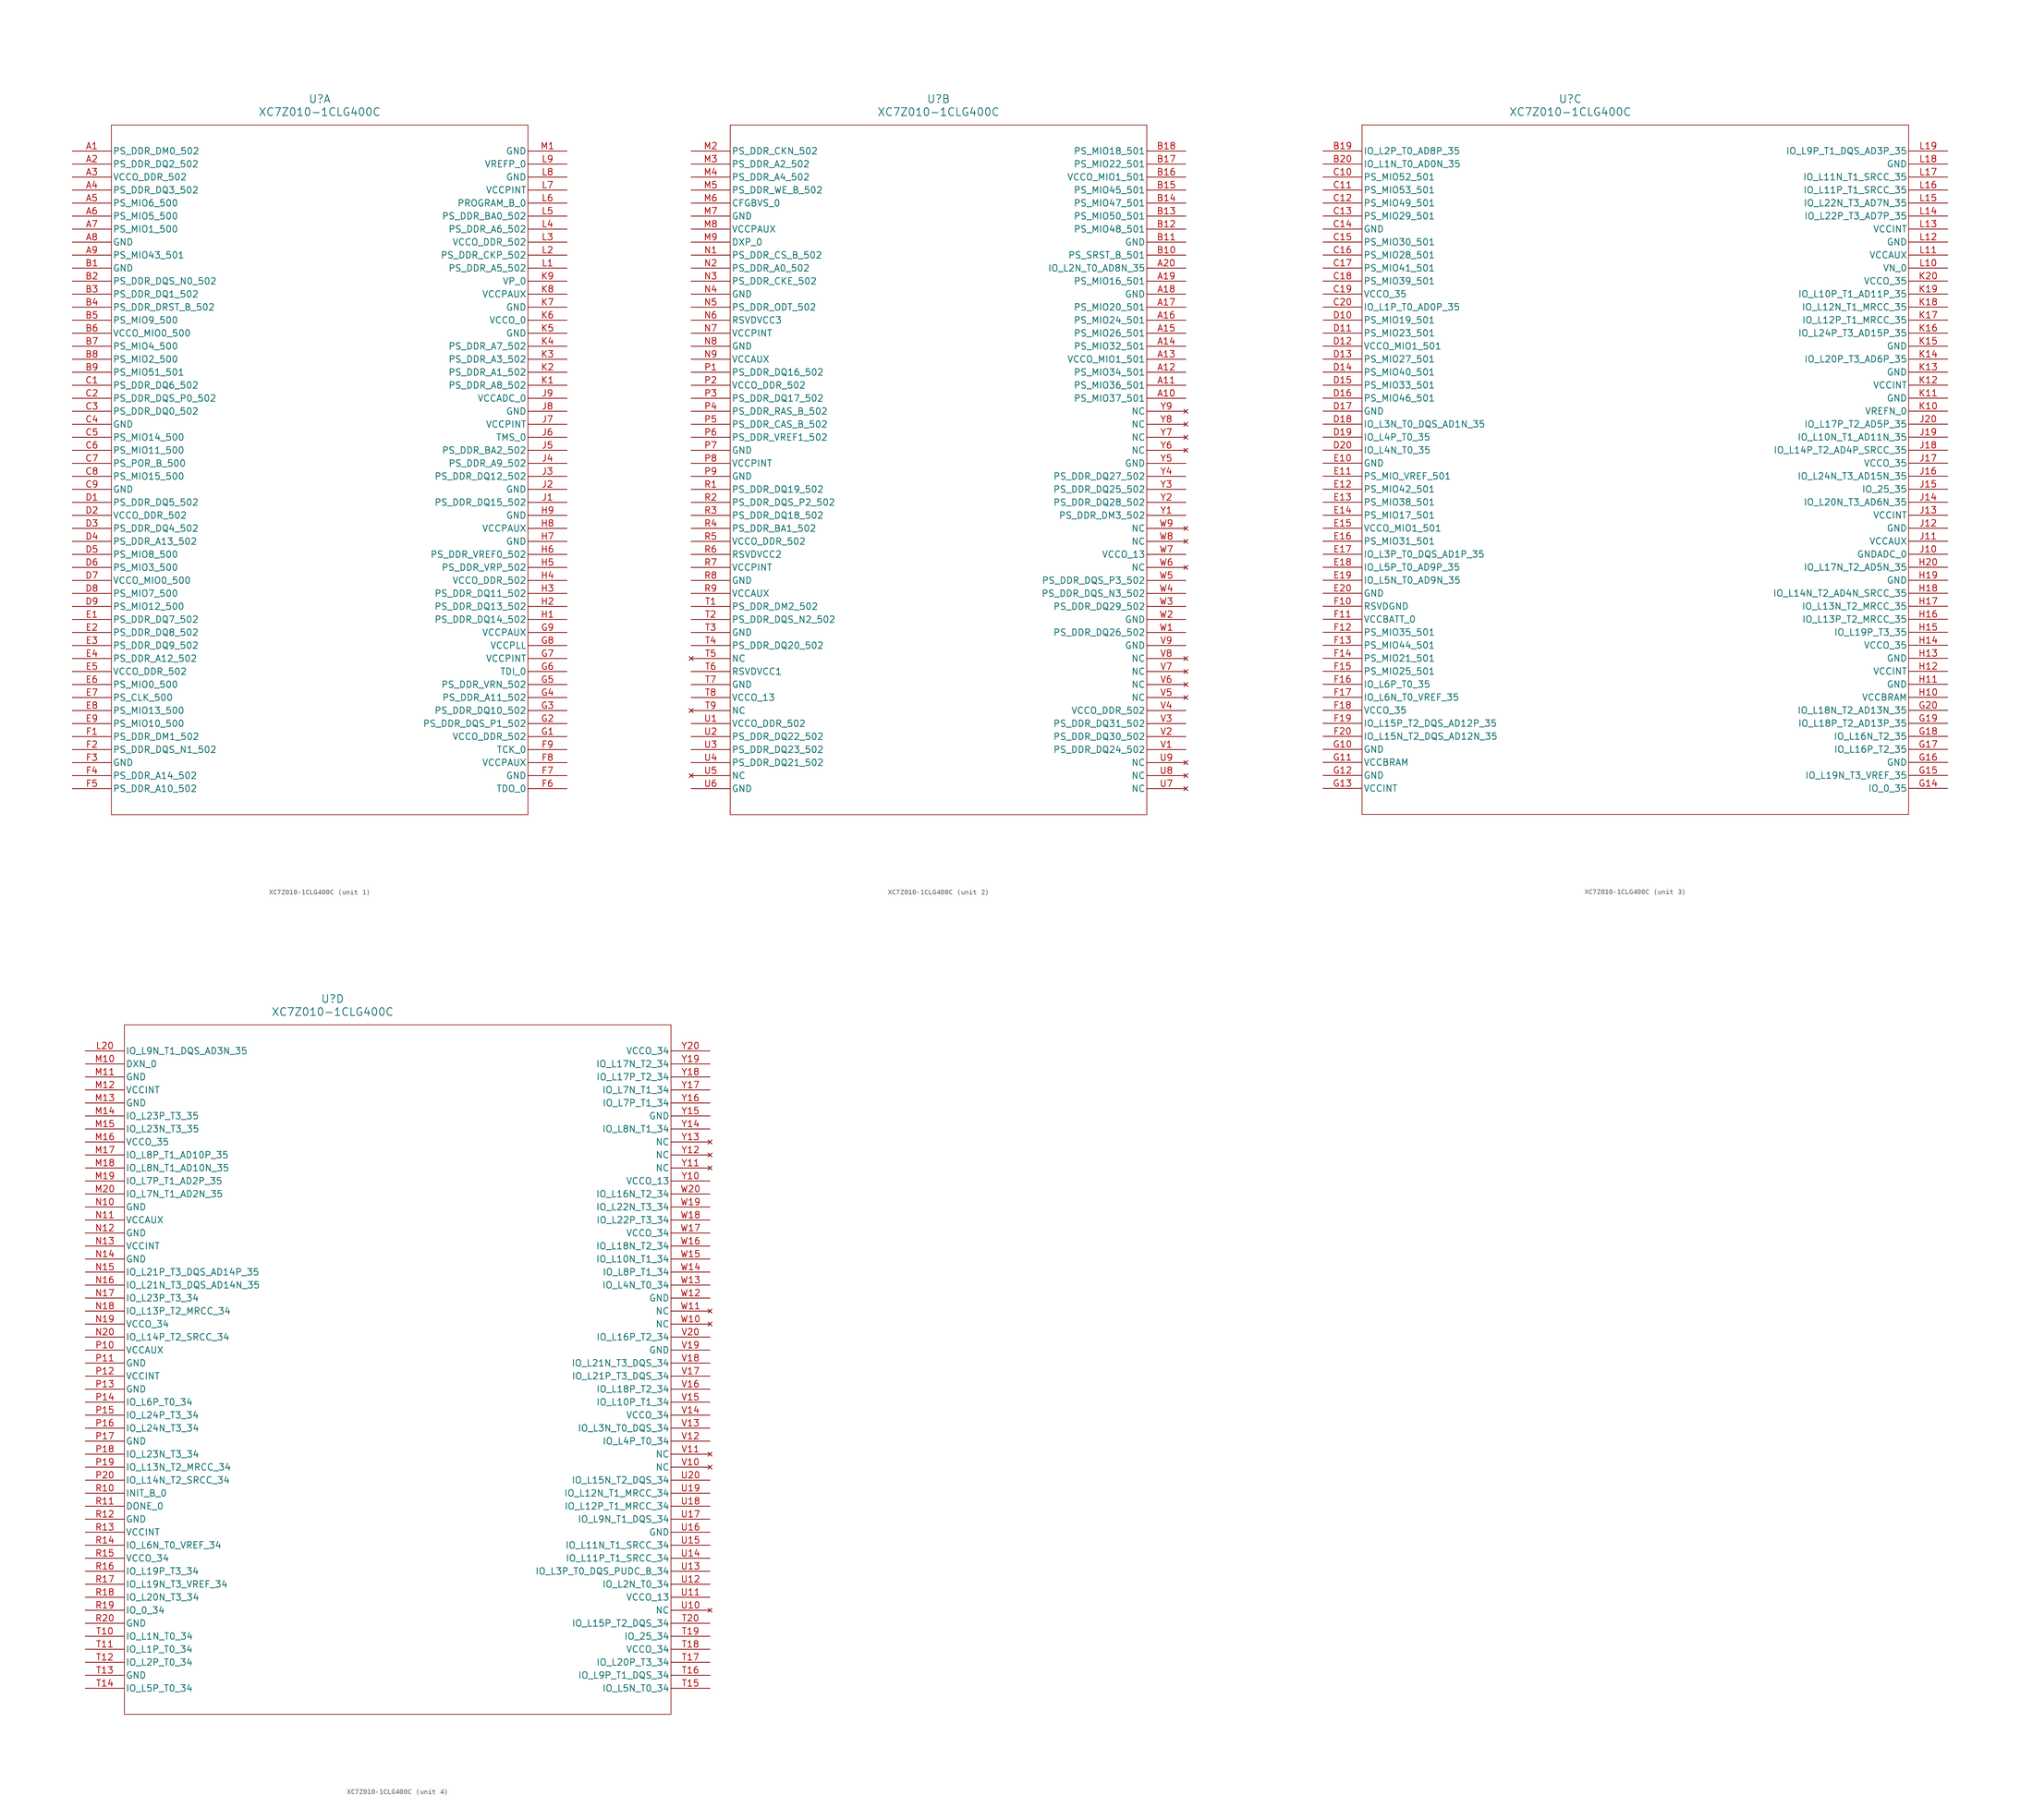
<source format=kicad_sym>
(kicad_symbol_lib
  (version 20211014)
  (generator kicad_symbol_editor)
  (symbol "XC7Z010-1CLG400C"
    (pin_names
      (offset 0.254))
    (property "Reference" "U"
      (at 48.26 10.16 0)
      (effects (font (size 1.524 1.524))))
    (property "Value" "XC7Z010-1CLG400C"
      (at 48.26 7.62 0)
      (effects (font (size 1.524 1.524))))
    (symbol "XC7Z010-1CLG400C_1_1"
      (polyline (pts (xy 7.62 5.08) (xy 7.62 -129.54)) (stroke (width 0.127) (type default) (color 0 0 0 0)) (fill (type none)))
      (polyline (pts (xy 7.62 -129.54) (xy 88.9 -129.54)) (stroke (width 0.127) (type default) (color 0 0 0 0)) (fill (type none)))
      (polyline (pts (xy 88.9 -129.54) (xy 88.9 5.08)) (stroke (width 0.127) (type default) (color 0 0 0 0)) (fill (type none)))
      (polyline (pts (xy 88.9 5.08) (xy 7.62 5.08)) (stroke (width 0.127) (type default) (color 0 0 0 0)) (fill (type none)))
      (pin output line (at 0 0 0) (length 7.62) (name "PS_DDR_DM0_502" (effects (font (size 1.27 1.27)))) (number "A1" (effects (font (size 1.27 1.27)))))
      (pin bidirectional line (at 0 -2.54 0) (length 7.62) (name "PS_DDR_DQ2_502" (effects (font (size 1.27 1.27)))) (number "A2" (effects (font (size 1.27 1.27)))))
      (pin power_in line (at 0 -5.08 0) (length 7.62) (name "VCCO_DDR_502" (effects (font (size 1.27 1.27)))) (number "A3" (effects (font (size 1.27 1.27)))))
      (pin bidirectional line (at 0 -7.62 0) (length 7.62) (name "PS_DDR_DQ3_502" (effects (font (size 1.27 1.27)))) (number "A4" (effects (font (size 1.27 1.27)))))
      (pin bidirectional line (at 0 -10.16 0) (length 7.62) (name "PS_MIO6_500" (effects (font (size 1.27 1.27)))) (number "A5" (effects (font (size 1.27 1.27)))))
      (pin bidirectional line (at 0 -12.7 0) (length 7.62) (name "PS_MIO5_500" (effects (font (size 1.27 1.27)))) (number "A6" (effects (font (size 1.27 1.27)))))
      (pin bidirectional line (at 0 -15.24 0) (length 7.62) (name "PS_MIO1_500" (effects (font (size 1.27 1.27)))) (number "A7" (effects (font (size 1.27 1.27)))))
      (pin power_out line (at 0 -17.78 0) (length 7.62) (name "GND" (effects (font (size 1.27 1.27)))) (number "A8" (effects (font (size 1.27 1.27)))))
      (pin bidirectional line (at 0 -20.32 0) (length 7.62) (name "PS_MIO43_501" (effects (font (size 1.27 1.27)))) (number "A9" (effects (font (size 1.27 1.27)))))
      (pin power_out line (at 0 -22.86 0) (length 7.62) (name "GND" (effects (font (size 1.27 1.27)))) (number "B1" (effects (font (size 1.27 1.27)))))
      (pin bidirectional line (at 0 -25.4 0) (length 7.62) (name "PS_DDR_DQS_N0_502" (effects (font (size 1.27 1.27)))) (number "B2" (effects (font (size 1.27 1.27)))))
      (pin bidirectional line (at 0 -27.94 0) (length 7.62) (name "PS_DDR_DQ1_502" (effects (font (size 1.27 1.27)))) (number "B3" (effects (font (size 1.27 1.27)))))
      (pin output line (at 0 -30.48 0) (length 7.62) (name "PS_DDR_DRST_B_502" (effects (font (size 1.27 1.27)))) (number "B4" (effects (font (size 1.27 1.27)))))
      (pin bidirectional line (at 0 -33.02 0) (length 7.62) (name "PS_MIO9_500" (effects (font (size 1.27 1.27)))) (number "B5" (effects (font (size 1.27 1.27)))))
      (pin power_in line (at 0 -35.56 0) (length 7.62) (name "VCCO_MIO0_500" (effects (font (size 1.27 1.27)))) (number "B6" (effects (font (size 1.27 1.27)))))
      (pin bidirectional line (at 0 -38.1 0) (length 7.62) (name "PS_MIO4_500" (effects (font (size 1.27 1.27)))) (number "B7" (effects (font (size 1.27 1.27)))))
      (pin bidirectional line (at 0 -40.64 0) (length 7.62) (name "PS_MIO2_500" (effects (font (size 1.27 1.27)))) (number "B8" (effects (font (size 1.27 1.27)))))
      (pin bidirectional line (at 0 -43.18 0) (length 7.62) (name "PS_MIO51_501" (effects (font (size 1.27 1.27)))) (number "B9" (effects (font (size 1.27 1.27)))))
      (pin bidirectional line (at 0 -45.72 0) (length 7.62) (name "PS_DDR_DQ6_502" (effects (font (size 1.27 1.27)))) (number "C1" (effects (font (size 1.27 1.27)))))
      (pin bidirectional line (at 0 -48.26 0) (length 7.62) (name "PS_DDR_DQS_P0_502" (effects (font (size 1.27 1.27)))) (number "C2" (effects (font (size 1.27 1.27)))))
      (pin bidirectional line (at 0 -50.8 0) (length 7.62) (name "PS_DDR_DQ0_502" (effects (font (size 1.27 1.27)))) (number "C3" (effects (font (size 1.27 1.27)))))
      (pin power_out line (at 0 -53.34 0) (length 7.62) (name "GND" (effects (font (size 1.27 1.27)))) (number "C4" (effects (font (size 1.27 1.27)))))
      (pin bidirectional line (at 0 -55.88 0) (length 7.62) (name "PS_MIO14_500" (effects (font (size 1.27 1.27)))) (number "C5" (effects (font (size 1.27 1.27)))))
      (pin bidirectional line (at 0 -58.42 0) (length 7.62) (name "PS_MIO11_500" (effects (font (size 1.27 1.27)))) (number "C6" (effects (font (size 1.27 1.27)))))
      (pin input line (at 0 -60.96 0) (length 7.62) (name "PS_POR_B_500" (effects (font (size 1.27 1.27)))) (number "C7" (effects (font (size 1.27 1.27)))))
      (pin bidirectional line (at 0 -63.5 0) (length 7.62) (name "PS_MIO15_500" (effects (font (size 1.27 1.27)))) (number "C8" (effects (font (size 1.27 1.27)))))
      (pin power_out line (at 0 -66.04 0) (length 7.62) (name "GND" (effects (font (size 1.27 1.27)))) (number "C9" (effects (font (size 1.27 1.27)))))
      (pin bidirectional line (at 0 -68.58 0) (length 7.62) (name "PS_DDR_DQ5_502" (effects (font (size 1.27 1.27)))) (number "D1" (effects (font (size 1.27 1.27)))))
      (pin power_in line (at 0 -71.12 0) (length 7.62) (name "VCCO_DDR_502" (effects (font (size 1.27 1.27)))) (number "D2" (effects (font (size 1.27 1.27)))))
      (pin bidirectional line (at 0 -73.66 0) (length 7.62) (name "PS_DDR_DQ4_502" (effects (font (size 1.27 1.27)))) (number "D3" (effects (font (size 1.27 1.27)))))
      (pin output line (at 0 -76.2 0) (length 7.62) (name "PS_DDR_A13_502" (effects (font (size 1.27 1.27)))) (number "D4" (effects (font (size 1.27 1.27)))))
      (pin bidirectional line (at 0 -78.74 0) (length 7.62) (name "PS_MIO8_500" (effects (font (size 1.27 1.27)))) (number "D5" (effects (font (size 1.27 1.27)))))
      (pin bidirectional line (at 0 -81.28 0) (length 7.62) (name "PS_MIO3_500" (effects (font (size 1.27 1.27)))) (number "D6" (effects (font (size 1.27 1.27)))))
      (pin power_in line (at 0 -83.82 0) (length 7.62) (name "VCCO_MIO0_500" (effects (font (size 1.27 1.27)))) (number "D7" (effects (font (size 1.27 1.27)))))
      (pin bidirectional line (at 0 -86.36 0) (length 7.62) (name "PS_MIO7_500" (effects (font (size 1.27 1.27)))) (number "D8" (effects (font (size 1.27 1.27)))))
      (pin bidirectional line (at 0 -88.9 0) (length 7.62) (name "PS_MIO12_500" (effects (font (size 1.27 1.27)))) (number "D9" (effects (font (size 1.27 1.27)))))
      (pin bidirectional line (at 0 -91.44 0) (length 7.62) (name "PS_DDR_DQ7_502" (effects (font (size 1.27 1.27)))) (number "E1" (effects (font (size 1.27 1.27)))))
      (pin bidirectional line (at 0 -93.98 0) (length 7.62) (name "PS_DDR_DQ8_502" (effects (font (size 1.27 1.27)))) (number "E2" (effects (font (size 1.27 1.27)))))
      (pin bidirectional line (at 0 -96.52 0) (length 7.62) (name "PS_DDR_DQ9_502" (effects (font (size 1.27 1.27)))) (number "E3" (effects (font (size 1.27 1.27)))))
      (pin output line (at 0 -99.06 0) (length 7.62) (name "PS_DDR_A12_502" (effects (font (size 1.27 1.27)))) (number "E4" (effects (font (size 1.27 1.27)))))
      (pin power_in line (at 0 -101.6 0) (length 7.62) (name "VCCO_DDR_502" (effects (font (size 1.27 1.27)))) (number "E5" (effects (font (size 1.27 1.27)))))
      (pin bidirectional line (at 0 -104.14 0) (length 7.62) (name "PS_MIO0_500" (effects (font (size 1.27 1.27)))) (number "E6" (effects (font (size 1.27 1.27)))))
      (pin input line (at 0 -106.68 0) (length 7.62) (name "PS_CLK_500" (effects (font (size 1.27 1.27)))) (number "E7" (effects (font (size 1.27 1.27)))))
      (pin bidirectional line (at 0 -109.22 0) (length 7.62) (name "PS_MIO13_500" (effects (font (size 1.27 1.27)))) (number "E8" (effects (font (size 1.27 1.27)))))
      (pin bidirectional line (at 0 -111.76 0) (length 7.62) (name "PS_MIO10_500" (effects (font (size 1.27 1.27)))) (number "E9" (effects (font (size 1.27 1.27)))))
      (pin output line (at 0 -114.3 0) (length 7.62) (name "PS_DDR_DM1_502" (effects (font (size 1.27 1.27)))) (number "F1" (effects (font (size 1.27 1.27)))))
      (pin bidirectional line (at 0 -116.84 0) (length 7.62) (name "PS_DDR_DQS_N1_502" (effects (font (size 1.27 1.27)))) (number "F2" (effects (font (size 1.27 1.27)))))
      (pin power_out line (at 0 -119.38 0) (length 7.62) (name "GND" (effects (font (size 1.27 1.27)))) (number "F3" (effects (font (size 1.27 1.27)))))
      (pin output line (at 0 -121.92 0) (length 7.62) (name "PS_DDR_A14_502" (effects (font (size 1.27 1.27)))) (number "F4" (effects (font (size 1.27 1.27)))))
      (pin output line (at 0 -124.46 0) (length 7.62) (name "PS_DDR_A10_502" (effects (font (size 1.27 1.27)))) (number "F5" (effects (font (size 1.27 1.27)))))
      (pin output line (at 96.52 -124.46 180) (length 7.62) (name "TDO_0" (effects (font (size 1.27 1.27)))) (number "F6" (effects (font (size 1.27 1.27)))))
      (pin power_out line (at 96.52 -121.92 180) (length 7.62) (name "GND" (effects (font (size 1.27 1.27)))) (number "F7" (effects (font (size 1.27 1.27)))))
      (pin power_in line (at 96.52 -119.38 180) (length 7.62) (name "VCCPAUX" (effects (font (size 1.27 1.27)))) (number "F8" (effects (font (size 1.27 1.27)))))
      (pin input line (at 96.52 -116.84 180) (length 7.62) (name "TCK_0" (effects (font (size 1.27 1.27)))) (number "F9" (effects (font (size 1.27 1.27)))))
      (pin power_in line (at 96.52 -114.3 180) (length 7.62) (name "VCCO_DDR_502" (effects (font (size 1.27 1.27)))) (number "G1" (effects (font (size 1.27 1.27)))))
      (pin bidirectional line (at 96.52 -111.76 180) (length 7.62) (name "PS_DDR_DQS_P1_502" (effects (font (size 1.27 1.27)))) (number "G2" (effects (font (size 1.27 1.27)))))
      (pin bidirectional line (at 96.52 -109.22 180) (length 7.62) (name "PS_DDR_DQ10_502" (effects (font (size 1.27 1.27)))) (number "G3" (effects (font (size 1.27 1.27)))))
      (pin output line (at 96.52 -106.68 180) (length 7.62) (name "PS_DDR_A11_502" (effects (font (size 1.27 1.27)))) (number "G4" (effects (font (size 1.27 1.27)))))
      (pin output line (at 96.52 -104.14 180) (length 7.62) (name "PS_DDR_VRN_502" (effects (font (size 1.27 1.27)))) (number "G5" (effects (font (size 1.27 1.27)))))
      (pin input line (at 96.52 -101.6 180) (length 7.62) (name "TDI_0" (effects (font (size 1.27 1.27)))) (number "G6" (effects (font (size 1.27 1.27)))))
      (pin power_in line (at 96.52 -99.06 180) (length 7.62) (name "VCCPINT" (effects (font (size 1.27 1.27)))) (number "G7" (effects (font (size 1.27 1.27)))))
      (pin power_in line (at 96.52 -96.52 180) (length 7.62) (name "VCCPLL" (effects (font (size 1.27 1.27)))) (number "G8" (effects (font (size 1.27 1.27)))))
      (pin power_in line (at 96.52 -93.98 180) (length 7.62) (name "VCCPAUX" (effects (font (size 1.27 1.27)))) (number "G9" (effects (font (size 1.27 1.27)))))
      (pin bidirectional line (at 96.52 -91.44 180) (length 7.62) (name "PS_DDR_DQ14_502" (effects (font (size 1.27 1.27)))) (number "H1" (effects (font (size 1.27 1.27)))))
      (pin bidirectional line (at 96.52 -88.9 180) (length 7.62) (name "PS_DDR_DQ13_502" (effects (font (size 1.27 1.27)))) (number "H2" (effects (font (size 1.27 1.27)))))
      (pin bidirectional line (at 96.52 -86.36 180) (length 7.62) (name "PS_DDR_DQ11_502" (effects (font (size 1.27 1.27)))) (number "H3" (effects (font (size 1.27 1.27)))))
      (pin power_in line (at 96.52 -83.82 180) (length 7.62) (name "VCCO_DDR_502" (effects (font (size 1.27 1.27)))) (number "H4" (effects (font (size 1.27 1.27)))))
      (pin output line (at 96.52 -81.28 180) (length 7.62) (name "PS_DDR_VRP_502" (effects (font (size 1.27 1.27)))) (number "H5" (effects (font (size 1.27 1.27)))))
      (pin power_in line (at 96.52 -78.74 180) (length 7.62) (name "PS_DDR_VREF0_502" (effects (font (size 1.27 1.27)))) (number "H6" (effects (font (size 1.27 1.27)))))
      (pin power_out line (at 96.52 -76.2 180) (length 7.62) (name "GND" (effects (font (size 1.27 1.27)))) (number "H7" (effects (font (size 1.27 1.27)))))
      (pin power_in line (at 96.52 -73.66 180) (length 7.62) (name "VCCPAUX" (effects (font (size 1.27 1.27)))) (number "H8" (effects (font (size 1.27 1.27)))))
      (pin power_out line (at 96.52 -71.12 180) (length 7.62) (name "GND" (effects (font (size 1.27 1.27)))) (number "H9" (effects (font (size 1.27 1.27)))))
      (pin bidirectional line (at 96.52 -68.58 180) (length 7.62) (name "PS_DDR_DQ15_502" (effects (font (size 1.27 1.27)))) (number "J1" (effects (font (size 1.27 1.27)))))
      (pin power_out line (at 96.52 -66.04 180) (length 7.62) (name "GND" (effects (font (size 1.27 1.27)))) (number "J2" (effects (font (size 1.27 1.27)))))
      (pin bidirectional line (at 96.52 -63.5 180) (length 7.62) (name "PS_DDR_DQ12_502" (effects (font (size 1.27 1.27)))) (number "J3" (effects (font (size 1.27 1.27)))))
      (pin output line (at 96.52 -60.96 180) (length 7.62) (name "PS_DDR_A9_502" (effects (font (size 1.27 1.27)))) (number "J4" (effects (font (size 1.27 1.27)))))
      (pin output line (at 96.52 -58.42 180) (length 7.62) (name "PS_DDR_BA2_502" (effects (font (size 1.27 1.27)))) (number "J5" (effects (font (size 1.27 1.27)))))
      (pin input line (at 96.52 -55.88 180) (length 7.62) (name "TMS_0" (effects (font (size 1.27 1.27)))) (number "J6" (effects (font (size 1.27 1.27)))))
      (pin power_in line (at 96.52 -53.34 180) (length 7.62) (name "VCCPINT" (effects (font (size 1.27 1.27)))) (number "J7" (effects (font (size 1.27 1.27)))))
      (pin power_out line (at 96.52 -50.8 180) (length 7.62) (name "GND" (effects (font (size 1.27 1.27)))) (number "J8" (effects (font (size 1.27 1.27)))))
      (pin power_in line (at 96.52 -48.26 180) (length 7.62) (name "VCCADC_0" (effects (font (size 1.27 1.27)))) (number "J9" (effects (font (size 1.27 1.27)))))
      (pin output line (at 96.52 -45.72 180) (length 7.62) (name "PS_DDR_A8_502" (effects (font (size 1.27 1.27)))) (number "K1" (effects (font (size 1.27 1.27)))))
      (pin output line (at 96.52 -43.18 180) (length 7.62) (name "PS_DDR_A1_502" (effects (font (size 1.27 1.27)))) (number "K2" (effects (font (size 1.27 1.27)))))
      (pin output line (at 96.52 -40.64 180) (length 7.62) (name "PS_DDR_A3_502" (effects (font (size 1.27 1.27)))) (number "K3" (effects (font (size 1.27 1.27)))))
      (pin output line (at 96.52 -38.1 180) (length 7.62) (name "PS_DDR_A7_502" (effects (font (size 1.27 1.27)))) (number "K4" (effects (font (size 1.27 1.27)))))
      (pin power_out line (at 96.52 -35.56 180) (length 7.62) (name "GND" (effects (font (size 1.27 1.27)))) (number "K5" (effects (font (size 1.27 1.27)))))
      (pin power_in line (at 96.52 -33.02 180) (length 7.62) (name "VCCO_0" (effects (font (size 1.27 1.27)))) (number "K6" (effects (font (size 1.27 1.27)))))
      (pin power_out line (at 96.52 -30.48 180) (length 7.62) (name "GND" (effects (font (size 1.27 1.27)))) (number "K7" (effects (font (size 1.27 1.27)))))
      (pin power_in line (at 96.52 -27.94 180) (length 7.62) (name "VCCPAUX" (effects (font (size 1.27 1.27)))) (number "K8" (effects (font (size 1.27 1.27)))))
      (pin input line (at 96.52 -25.4 180) (length 7.62) (name "VP_0" (effects (font (size 1.27 1.27)))) (number "K9" (effects (font (size 1.27 1.27)))))
      (pin output line (at 96.52 -22.86 180) (length 7.62) (name "PS_DDR_A5_502" (effects (font (size 1.27 1.27)))) (number "L1" (effects (font (size 1.27 1.27)))))
      (pin output line (at 96.52 -20.32 180) (length 7.62) (name "PS_DDR_CKP_502" (effects (font (size 1.27 1.27)))) (number "L2" (effects (font (size 1.27 1.27)))))
      (pin power_in line (at 96.52 -17.78 180) (length 7.62) (name "VCCO_DDR_502" (effects (font (size 1.27 1.27)))) (number "L3" (effects (font (size 1.27 1.27)))))
      (pin output line (at 96.52 -15.24 180) (length 7.62) (name "PS_DDR_A6_502" (effects (font (size 1.27 1.27)))) (number "L4" (effects (font (size 1.27 1.27)))))
      (pin output line (at 96.52 -12.7 180) (length 7.62) (name "PS_DDR_BA0_502" (effects (font (size 1.27 1.27)))) (number "L5" (effects (font (size 1.27 1.27)))))
      (pin input line (at 96.52 -10.16 180) (length 7.62) (name "PROGRAM_B_0" (effects (font (size 1.27 1.27)))) (number "L6" (effects (font (size 1.27 1.27)))))
      (pin power_in line (at 96.52 -7.62 180) (length 7.62) (name "VCCPINT" (effects (font (size 1.27 1.27)))) (number "L7" (effects (font (size 1.27 1.27)))))
      (pin power_out line (at 96.52 -5.08 180) (length 7.62) (name "GND" (effects (font (size 1.27 1.27)))) (number "L8" (effects (font (size 1.27 1.27)))))
      (pin power_in line (at 96.52 -2.54 180) (length 7.62) (name "VREFP_0" (effects (font (size 1.27 1.27)))) (number "L9" (effects (font (size 1.27 1.27)))))
      (pin power_out line (at 96.52 0 180) (length 7.62) (name "GND" (effects (font (size 1.27 1.27)))) (number "M1" (effects (font (size 1.27 1.27))))))
    (symbol "XC7Z010-1CLG400C_2_1"
      (polyline (pts (xy 7.62 5.08) (xy 7.62 -129.54)) (stroke (width 0.127) (type default) (color 0 0 0 0)) (fill (type none)))
      (polyline (pts (xy 7.62 -129.54) (xy 88.9 -129.54)) (stroke (width 0.127) (type default) (color 0 0 0 0)) (fill (type none)))
      (polyline (pts (xy 88.9 -129.54) (xy 88.9 5.08)) (stroke (width 0.127) (type default) (color 0 0 0 0)) (fill (type none)))
      (polyline (pts (xy 88.9 5.08) (xy 7.62 5.08)) (stroke (width 0.127) (type default) (color 0 0 0 0)) (fill (type none)))
      (pin output line (at 0 0 0) (length 7.62) (name "PS_DDR_CKN_502" (effects (font (size 1.27 1.27)))) (number "M2" (effects (font (size 1.27 1.27)))))
      (pin output line (at 0 -2.54 0) (length 7.62) (name "PS_DDR_A2_502" (effects (font (size 1.27 1.27)))) (number "M3" (effects (font (size 1.27 1.27)))))
      (pin output line (at 0 -5.08 0) (length 7.62) (name "PS_DDR_A4_502" (effects (font (size 1.27 1.27)))) (number "M4" (effects (font (size 1.27 1.27)))))
      (pin output line (at 0 -7.62 0) (length 7.62) (name "PS_DDR_WE_B_502" (effects (font (size 1.27 1.27)))) (number "M5" (effects (font (size 1.27 1.27)))))
      (pin input line (at 0 -10.16 0) (length 7.62) (name "CFGBVS_0" (effects (font (size 1.27 1.27)))) (number "M6" (effects (font (size 1.27 1.27)))))
      (pin power_out line (at 0 -12.7 0) (length 7.62) (name "GND" (effects (font (size 1.27 1.27)))) (number "M7" (effects (font (size 1.27 1.27)))))
      (pin power_in line (at 0 -15.24 0) (length 7.62) (name "VCCPAUX" (effects (font (size 1.27 1.27)))) (number "M8" (effects (font (size 1.27 1.27)))))
      (pin unspecified line (at 0 -17.78 0) (length 7.62) (name "DXP_0" (effects (font (size 1.27 1.27)))) (number "M9" (effects (font (size 1.27 1.27)))))
      (pin output line (at 0 -20.32 0) (length 7.62) (name "PS_DDR_CS_B_502" (effects (font (size 1.27 1.27)))) (number "N1" (effects (font (size 1.27 1.27)))))
      (pin output line (at 0 -22.86 0) (length 7.62) (name "PS_DDR_A0_502" (effects (font (size 1.27 1.27)))) (number "N2" (effects (font (size 1.27 1.27)))))
      (pin output line (at 0 -25.4 0) (length 7.62) (name "PS_DDR_CKE_502" (effects (font (size 1.27 1.27)))) (number "N3" (effects (font (size 1.27 1.27)))))
      (pin power_out line (at 0 -27.94 0) (length 7.62) (name "GND" (effects (font (size 1.27 1.27)))) (number "N4" (effects (font (size 1.27 1.27)))))
      (pin output line (at 0 -30.48 0) (length 7.62) (name "PS_DDR_ODT_502" (effects (font (size 1.27 1.27)))) (number "N5" (effects (font (size 1.27 1.27)))))
      (pin bidirectional line (at 0 -33.02 0) (length 7.62) (name "RSVDVCC3" (effects (font (size 1.27 1.27)))) (number "N6" (effects (font (size 1.27 1.27)))))
      (pin power_in line (at 0 -35.56 0) (length 7.62) (name "VCCPINT" (effects (font (size 1.27 1.27)))) (number "N7" (effects (font (size 1.27 1.27)))))
      (pin power_out line (at 0 -38.1 0) (length 7.62) (name "GND" (effects (font (size 1.27 1.27)))) (number "N8" (effects (font (size 1.27 1.27)))))
      (pin power_in line (at 0 -40.64 0) (length 7.62) (name "VCCAUX" (effects (font (size 1.27 1.27)))) (number "N9" (effects (font (size 1.27 1.27)))))
      (pin bidirectional line (at 0 -43.18 0) (length 7.62) (name "PS_DDR_DQ16_502" (effects (font (size 1.27 1.27)))) (number "P1" (effects (font (size 1.27 1.27)))))
      (pin power_in line (at 0 -45.72 0) (length 7.62) (name "VCCO_DDR_502" (effects (font (size 1.27 1.27)))) (number "P2" (effects (font (size 1.27 1.27)))))
      (pin bidirectional line (at 0 -48.26 0) (length 7.62) (name "PS_DDR_DQ17_502" (effects (font (size 1.27 1.27)))) (number "P3" (effects (font (size 1.27 1.27)))))
      (pin output line (at 0 -50.8 0) (length 7.62) (name "PS_DDR_RAS_B_502" (effects (font (size 1.27 1.27)))) (number "P4" (effects (font (size 1.27 1.27)))))
      (pin output line (at 0 -53.34 0) (length 7.62) (name "PS_DDR_CAS_B_502" (effects (font (size 1.27 1.27)))) (number "P5" (effects (font (size 1.27 1.27)))))
      (pin power_in line (at 0 -55.88 0) (length 7.62) (name "PS_DDR_VREF1_502" (effects (font (size 1.27 1.27)))) (number "P6" (effects (font (size 1.27 1.27)))))
      (pin power_out line (at 0 -58.42 0) (length 7.62) (name "GND" (effects (font (size 1.27 1.27)))) (number "P7" (effects (font (size 1.27 1.27)))))
      (pin power_in line (at 0 -60.96 0) (length 7.62) (name "VCCPINT" (effects (font (size 1.27 1.27)))) (number "P8" (effects (font (size 1.27 1.27)))))
      (pin power_out line (at 0 -63.5 0) (length 7.62) (name "GND" (effects (font (size 1.27 1.27)))) (number "P9" (effects (font (size 1.27 1.27)))))
      (pin bidirectional line (at 0 -66.04 0) (length 7.62) (name "PS_DDR_DQ19_502" (effects (font (size 1.27 1.27)))) (number "R1" (effects (font (size 1.27 1.27)))))
      (pin bidirectional line (at 0 -68.58 0) (length 7.62) (name "PS_DDR_DQS_P2_502" (effects (font (size 1.27 1.27)))) (number "R2" (effects (font (size 1.27 1.27)))))
      (pin bidirectional line (at 0 -71.12 0) (length 7.62) (name "PS_DDR_DQ18_502" (effects (font (size 1.27 1.27)))) (number "R3" (effects (font (size 1.27 1.27)))))
      (pin output line (at 0 -73.66 0) (length 7.62) (name "PS_DDR_BA1_502" (effects (font (size 1.27 1.27)))) (number "R4" (effects (font (size 1.27 1.27)))))
      (pin power_in line (at 0 -76.2 0) (length 7.62) (name "VCCO_DDR_502" (effects (font (size 1.27 1.27)))) (number "R5" (effects (font (size 1.27 1.27)))))
      (pin bidirectional line (at 0 -78.74 0) (length 7.62) (name "RSVDVCC2" (effects (font (size 1.27 1.27)))) (number "R6" (effects (font (size 1.27 1.27)))))
      (pin power_in line (at 0 -81.28 0) (length 7.62) (name "VCCPINT" (effects (font (size 1.27 1.27)))) (number "R7" (effects (font (size 1.27 1.27)))))
      (pin power_out line (at 0 -83.82 0) (length 7.62) (name "GND" (effects (font (size 1.27 1.27)))) (number "R8" (effects (font (size 1.27 1.27)))))
      (pin power_in line (at 0 -86.36 0) (length 7.62) (name "VCCAUX" (effects (font (size 1.27 1.27)))) (number "R9" (effects (font (size 1.27 1.27)))))
      (pin output line (at 0 -88.9 0) (length 7.62) (name "PS_DDR_DM2_502" (effects (font (size 1.27 1.27)))) (number "T1" (effects (font (size 1.27 1.27)))))
      (pin bidirectional line (at 0 -91.44 0) (length 7.62) (name "PS_DDR_DQS_N2_502" (effects (font (size 1.27 1.27)))) (number "T2" (effects (font (size 1.27 1.27)))))
      (pin power_out line (at 0 -93.98 0) (length 7.62) (name "GND" (effects (font (size 1.27 1.27)))) (number "T3" (effects (font (size 1.27 1.27)))))
      (pin bidirectional line (at 0 -96.52 0) (length 7.62) (name "PS_DDR_DQ20_502" (effects (font (size 1.27 1.27)))) (number "T4" (effects (font (size 1.27 1.27)))))
      (pin no_connect line (at 0 -99.06 0) (length 7.62) (name "NC" (effects (font (size 1.27 1.27)))) (number "T5" (effects (font (size 1.27 1.27)))))
      (pin bidirectional line (at 0 -101.6 0) (length 7.62) (name "RSVDVCC1" (effects (font (size 1.27 1.27)))) (number "T6" (effects (font (size 1.27 1.27)))))
      (pin power_out line (at 0 -104.14 0) (length 7.62) (name "GND" (effects (font (size 1.27 1.27)))) (number "T7" (effects (font (size 1.27 1.27)))))
      (pin power_in line (at 0 -106.68 0) (length 7.62) (name "VCCO_13" (effects (font (size 1.27 1.27)))) (number "T8" (effects (font (size 1.27 1.27)))))
      (pin no_connect line (at 0 -109.22 0) (length 7.62) (name "NC" (effects (font (size 1.27 1.27)))) (number "T9" (effects (font (size 1.27 1.27)))))
      (pin power_in line (at 0 -111.76 0) (length 7.62) (name "VCCO_DDR_502" (effects (font (size 1.27 1.27)))) (number "U1" (effects (font (size 1.27 1.27)))))
      (pin bidirectional line (at 0 -114.3 0) (length 7.62) (name "PS_DDR_DQ22_502" (effects (font (size 1.27 1.27)))) (number "U2" (effects (font (size 1.27 1.27)))))
      (pin bidirectional line (at 0 -116.84 0) (length 7.62) (name "PS_DDR_DQ23_502" (effects (font (size 1.27 1.27)))) (number "U3" (effects (font (size 1.27 1.27)))))
      (pin bidirectional line (at 0 -119.38 0) (length 7.62) (name "PS_DDR_DQ21_502" (effects (font (size 1.27 1.27)))) (number "U4" (effects (font (size 1.27 1.27)))))
      (pin no_connect line (at 0 -121.92 0) (length 7.62) (name "NC" (effects (font (size 1.27 1.27)))) (number "U5" (effects (font (size 1.27 1.27)))))
      (pin power_out line (at 0 -124.46 0) (length 7.62) (name "GND" (effects (font (size 1.27 1.27)))) (number "U6" (effects (font (size 1.27 1.27)))))
      (pin no_connect line (at 96.52 -124.46 180) (length 7.62) (name "NC" (effects (font (size 1.27 1.27)))) (number "U7" (effects (font (size 1.27 1.27)))))
      (pin no_connect line (at 96.52 -121.92 180) (length 7.62) (name "NC" (effects (font (size 1.27 1.27)))) (number "U8" (effects (font (size 1.27 1.27)))))
      (pin no_connect line (at 96.52 -119.38 180) (length 7.62) (name "NC" (effects (font (size 1.27 1.27)))) (number "U9" (effects (font (size 1.27 1.27)))))
      (pin bidirectional line (at 96.52 -116.84 180) (length 7.62) (name "PS_DDR_DQ24_502" (effects (font (size 1.27 1.27)))) (number "V1" (effects (font (size 1.27 1.27)))))
      (pin bidirectional line (at 96.52 -114.3 180) (length 7.62) (name "PS_DDR_DQ30_502" (effects (font (size 1.27 1.27)))) (number "V2" (effects (font (size 1.27 1.27)))))
      (pin bidirectional line (at 96.52 -111.76 180) (length 7.62) (name "PS_DDR_DQ31_502" (effects (font (size 1.27 1.27)))) (number "V3" (effects (font (size 1.27 1.27)))))
      (pin power_in line (at 96.52 -109.22 180) (length 7.62) (name "VCCO_DDR_502" (effects (font (size 1.27 1.27)))) (number "V4" (effects (font (size 1.27 1.27)))))
      (pin no_connect line (at 96.52 -106.68 180) (length 7.62) (name "NC" (effects (font (size 1.27 1.27)))) (number "V5" (effects (font (size 1.27 1.27)))))
      (pin no_connect line (at 96.52 -104.14 180) (length 7.62) (name "NC" (effects (font (size 1.27 1.27)))) (number "V6" (effects (font (size 1.27 1.27)))))
      (pin no_connect line (at 96.52 -101.6 180) (length 7.62) (name "NC" (effects (font (size 1.27 1.27)))) (number "V7" (effects (font (size 1.27 1.27)))))
      (pin no_connect line (at 96.52 -99.06 180) (length 7.62) (name "NC" (effects (font (size 1.27 1.27)))) (number "V8" (effects (font (size 1.27 1.27)))))
      (pin power_out line (at 96.52 -96.52 180) (length 7.62) (name "GND" (effects (font (size 1.27 1.27)))) (number "V9" (effects (font (size 1.27 1.27)))))
      (pin bidirectional line (at 96.52 -93.98 180) (length 7.62) (name "PS_DDR_DQ26_502" (effects (font (size 1.27 1.27)))) (number "W1" (effects (font (size 1.27 1.27)))))
      (pin power_out line (at 96.52 -91.44 180) (length 7.62) (name "GND" (effects (font (size 1.27 1.27)))) (number "W2" (effects (font (size 1.27 1.27)))))
      (pin bidirectional line (at 96.52 -88.9 180) (length 7.62) (name "PS_DDR_DQ29_502" (effects (font (size 1.27 1.27)))) (number "W3" (effects (font (size 1.27 1.27)))))
      (pin bidirectional line (at 96.52 -86.36 180) (length 7.62) (name "PS_DDR_DQS_N3_502" (effects (font (size 1.27 1.27)))) (number "W4" (effects (font (size 1.27 1.27)))))
      (pin bidirectional line (at 96.52 -83.82 180) (length 7.62) (name "PS_DDR_DQS_P3_502" (effects (font (size 1.27 1.27)))) (number "W5" (effects (font (size 1.27 1.27)))))
      (pin no_connect line (at 96.52 -81.28 180) (length 7.62) (name "NC" (effects (font (size 1.27 1.27)))) (number "W6" (effects (font (size 1.27 1.27)))))
      (pin power_in line (at 96.52 -78.74 180) (length 7.62) (name "VCCO_13" (effects (font (size 1.27 1.27)))) (number "W7" (effects (font (size 1.27 1.27)))))
      (pin no_connect line (at 96.52 -76.2 180) (length 7.62) (name "NC" (effects (font (size 1.27 1.27)))) (number "W8" (effects (font (size 1.27 1.27)))))
      (pin no_connect line (at 96.52 -73.66 180) (length 7.62) (name "NC" (effects (font (size 1.27 1.27)))) (number "W9" (effects (font (size 1.27 1.27)))))
      (pin output line (at 96.52 -71.12 180) (length 7.62) (name "PS_DDR_DM3_502" (effects (font (size 1.27 1.27)))) (number "Y1" (effects (font (size 1.27 1.27)))))
      (pin bidirectional line (at 96.52 -68.58 180) (length 7.62) (name "PS_DDR_DQ28_502" (effects (font (size 1.27 1.27)))) (number "Y2" (effects (font (size 1.27 1.27)))))
      (pin bidirectional line (at 96.52 -66.04 180) (length 7.62) (name "PS_DDR_DQ25_502" (effects (font (size 1.27 1.27)))) (number "Y3" (effects (font (size 1.27 1.27)))))
      (pin bidirectional line (at 96.52 -63.5 180) (length 7.62) (name "PS_DDR_DQ27_502" (effects (font (size 1.27 1.27)))) (number "Y4" (effects (font (size 1.27 1.27)))))
      (pin power_out line (at 96.52 -60.96 180) (length 7.62) (name "GND" (effects (font (size 1.27 1.27)))) (number "Y5" (effects (font (size 1.27 1.27)))))
      (pin no_connect line (at 96.52 -58.42 180) (length 7.62) (name "NC" (effects (font (size 1.27 1.27)))) (number "Y6" (effects (font (size 1.27 1.27)))))
      (pin no_connect line (at 96.52 -55.88 180) (length 7.62) (name "NC" (effects (font (size 1.27 1.27)))) (number "Y7" (effects (font (size 1.27 1.27)))))
      (pin no_connect line (at 96.52 -53.34 180) (length 7.62) (name "NC" (effects (font (size 1.27 1.27)))) (number "Y8" (effects (font (size 1.27 1.27)))))
      (pin no_connect line (at 96.52 -50.8 180) (length 7.62) (name "NC" (effects (font (size 1.27 1.27)))) (number "Y9" (effects (font (size 1.27 1.27)))))
      (pin bidirectional line (at 96.52 -48.26 180) (length 7.62) (name "PS_MIO37_501" (effects (font (size 1.27 1.27)))) (number "A10" (effects (font (size 1.27 1.27)))))
      (pin bidirectional line (at 96.52 -45.72 180) (length 7.62) (name "PS_MIO36_501" (effects (font (size 1.27 1.27)))) (number "A11" (effects (font (size 1.27 1.27)))))
      (pin bidirectional line (at 96.52 -43.18 180) (length 7.62) (name "PS_MIO34_501" (effects (font (size 1.27 1.27)))) (number "A12" (effects (font (size 1.27 1.27)))))
      (pin power_in line (at 96.52 -40.64 180) (length 7.62) (name "VCCO_MIO1_501" (effects (font (size 1.27 1.27)))) (number "A13" (effects (font (size 1.27 1.27)))))
      (pin bidirectional line (at 96.52 -38.1 180) (length 7.62) (name "PS_MIO32_501" (effects (font (size 1.27 1.27)))) (number "A14" (effects (font (size 1.27 1.27)))))
      (pin bidirectional line (at 96.52 -35.56 180) (length 7.62) (name "PS_MIO26_501" (effects (font (size 1.27 1.27)))) (number "A15" (effects (font (size 1.27 1.27)))))
      (pin bidirectional line (at 96.52 -33.02 180) (length 7.62) (name "PS_MIO24_501" (effects (font (size 1.27 1.27)))) (number "A16" (effects (font (size 1.27 1.27)))))
      (pin bidirectional line (at 96.52 -30.48 180) (length 7.62) (name "PS_MIO20_501" (effects (font (size 1.27 1.27)))) (number "A17" (effects (font (size 1.27 1.27)))))
      (pin power_out line (at 96.52 -27.94 180) (length 7.62) (name "GND" (effects (font (size 1.27 1.27)))) (number "A18" (effects (font (size 1.27 1.27)))))
      (pin bidirectional line (at 96.52 -25.4 180) (length 7.62) (name "PS_MIO16_501" (effects (font (size 1.27 1.27)))) (number "A19" (effects (font (size 1.27 1.27)))))
      (pin bidirectional line (at 96.52 -22.86 180) (length 7.62) (name "IO_L2N_T0_AD8N_35" (effects (font (size 1.27 1.27)))) (number "A20" (effects (font (size 1.27 1.27)))))
      (pin input line (at 96.52 -20.32 180) (length 7.62) (name "PS_SRST_B_501" (effects (font (size 1.27 1.27)))) (number "B10" (effects (font (size 1.27 1.27)))))
      (pin power_out line (at 96.52 -17.78 180) (length 7.62) (name "GND" (effects (font (size 1.27 1.27)))) (number "B11" (effects (font (size 1.27 1.27)))))
      (pin bidirectional line (at 96.52 -15.24 180) (length 7.62) (name "PS_MIO48_501" (effects (font (size 1.27 1.27)))) (number "B12" (effects (font (size 1.27 1.27)))))
      (pin bidirectional line (at 96.52 -12.7 180) (length 7.62) (name "PS_MIO50_501" (effects (font (size 1.27 1.27)))) (number "B13" (effects (font (size 1.27 1.27)))))
      (pin bidirectional line (at 96.52 -10.16 180) (length 7.62) (name "PS_MIO47_501" (effects (font (size 1.27 1.27)))) (number "B14" (effects (font (size 1.27 1.27)))))
      (pin bidirectional line (at 96.52 -7.62 180) (length 7.62) (name "PS_MIO45_501" (effects (font (size 1.27 1.27)))) (number "B15" (effects (font (size 1.27 1.27)))))
      (pin power_in line (at 96.52 -5.08 180) (length 7.62) (name "VCCO_MIO1_501" (effects (font (size 1.27 1.27)))) (number "B16" (effects (font (size 1.27 1.27)))))
      (pin bidirectional line (at 96.52 -2.54 180) (length 7.62) (name "PS_MIO22_501" (effects (font (size 1.27 1.27)))) (number "B17" (effects (font (size 1.27 1.27)))))
      (pin bidirectional line (at 96.52 0 180) (length 7.62) (name "PS_MIO18_501" (effects (font (size 1.27 1.27)))) (number "B18" (effects (font (size 1.27 1.27))))))
    (symbol "XC7Z010-1CLG400C_3_1"
      (polyline (pts (xy 7.62 5.08) (xy 7.62 -129.54)) (stroke (width 0.127) (type default) (color 0 0 0 0)) (fill (type none)))
      (polyline (pts (xy 7.62 -129.54) (xy 114.3 -129.54)) (stroke (width 0.127) (type default) (color 0 0 0 0)) (fill (type none)))
      (polyline (pts (xy 114.3 -129.54) (xy 114.3 5.08)) (stroke (width 0.127) (type default) (color 0 0 0 0)) (fill (type none)))
      (polyline (pts (xy 114.3 5.08) (xy 7.62 5.08)) (stroke (width 0.127) (type default) (color 0 0 0 0)) (fill (type none)))
      (pin bidirectional line (at 0 0 0) (length 7.62) (name "IO_L2P_T0_AD8P_35" (effects (font (size 1.27 1.27)))) (number "B19" (effects (font (size 1.27 1.27)))))
      (pin bidirectional line (at 0 -2.54 0) (length 7.62) (name "IO_L1N_T0_AD0N_35" (effects (font (size 1.27 1.27)))) (number "B20" (effects (font (size 1.27 1.27)))))
      (pin bidirectional line (at 0 -5.08 0) (length 7.62) (name "PS_MIO52_501" (effects (font (size 1.27 1.27)))) (number "C10" (effects (font (size 1.27 1.27)))))
      (pin bidirectional line (at 0 -7.62 0) (length 7.62) (name "PS_MIO53_501" (effects (font (size 1.27 1.27)))) (number "C11" (effects (font (size 1.27 1.27)))))
      (pin bidirectional line (at 0 -10.16 0) (length 7.62) (name "PS_MIO49_501" (effects (font (size 1.27 1.27)))) (number "C12" (effects (font (size 1.27 1.27)))))
      (pin bidirectional line (at 0 -12.7 0) (length 7.62) (name "PS_MIO29_501" (effects (font (size 1.27 1.27)))) (number "C13" (effects (font (size 1.27 1.27)))))
      (pin power_out line (at 0 -15.24 0) (length 7.62) (name "GND" (effects (font (size 1.27 1.27)))) (number "C14" (effects (font (size 1.27 1.27)))))
      (pin bidirectional line (at 0 -17.78 0) (length 7.62) (name "PS_MIO30_501" (effects (font (size 1.27 1.27)))) (number "C15" (effects (font (size 1.27 1.27)))))
      (pin bidirectional line (at 0 -20.32 0) (length 7.62) (name "PS_MIO28_501" (effects (font (size 1.27 1.27)))) (number "C16" (effects (font (size 1.27 1.27)))))
      (pin bidirectional line (at 0 -22.86 0) (length 7.62) (name "PS_MIO41_501" (effects (font (size 1.27 1.27)))) (number "C17" (effects (font (size 1.27 1.27)))))
      (pin bidirectional line (at 0 -25.4 0) (length 7.62) (name "PS_MIO39_501" (effects (font (size 1.27 1.27)))) (number "C18" (effects (font (size 1.27 1.27)))))
      (pin power_in line (at 0 -27.94 0) (length 7.62) (name "VCCO_35" (effects (font (size 1.27 1.27)))) (number "C19" (effects (font (size 1.27 1.27)))))
      (pin bidirectional line (at 0 -30.48 0) (length 7.62) (name "IO_L1P_T0_AD0P_35" (effects (font (size 1.27 1.27)))) (number "C20" (effects (font (size 1.27 1.27)))))
      (pin bidirectional line (at 0 -33.02 0) (length 7.62) (name "PS_MIO19_501" (effects (font (size 1.27 1.27)))) (number "D10" (effects (font (size 1.27 1.27)))))
      (pin bidirectional line (at 0 -35.56 0) (length 7.62) (name "PS_MIO23_501" (effects (font (size 1.27 1.27)))) (number "D11" (effects (font (size 1.27 1.27)))))
      (pin power_in line (at 0 -38.1 0) (length 7.62) (name "VCCO_MIO1_501" (effects (font (size 1.27 1.27)))) (number "D12" (effects (font (size 1.27 1.27)))))
      (pin bidirectional line (at 0 -40.64 0) (length 7.62) (name "PS_MIO27_501" (effects (font (size 1.27 1.27)))) (number "D13" (effects (font (size 1.27 1.27)))))
      (pin bidirectional line (at 0 -43.18 0) (length 7.62) (name "PS_MIO40_501" (effects (font (size 1.27 1.27)))) (number "D14" (effects (font (size 1.27 1.27)))))
      (pin bidirectional line (at 0 -45.72 0) (length 7.62) (name "PS_MIO33_501" (effects (font (size 1.27 1.27)))) (number "D15" (effects (font (size 1.27 1.27)))))
      (pin bidirectional line (at 0 -48.26 0) (length 7.62) (name "PS_MIO46_501" (effects (font (size 1.27 1.27)))) (number "D16" (effects (font (size 1.27 1.27)))))
      (pin power_out line (at 0 -50.8 0) (length 7.62) (name "GND" (effects (font (size 1.27 1.27)))) (number "D17" (effects (font (size 1.27 1.27)))))
      (pin bidirectional line (at 0 -53.34 0) (length 7.62) (name "IO_L3N_T0_DQS_AD1N_35" (effects (font (size 1.27 1.27)))) (number "D18" (effects (font (size 1.27 1.27)))))
      (pin bidirectional line (at 0 -55.88 0) (length 7.62) (name "IO_L4P_T0_35" (effects (font (size 1.27 1.27)))) (number "D19" (effects (font (size 1.27 1.27)))))
      (pin bidirectional line (at 0 -58.42 0) (length 7.62) (name "IO_L4N_T0_35" (effects (font (size 1.27 1.27)))) (number "D20" (effects (font (size 1.27 1.27)))))
      (pin power_out line (at 0 -60.96 0) (length 7.62) (name "GND" (effects (font (size 1.27 1.27)))) (number "E10" (effects (font (size 1.27 1.27)))))
      (pin power_in line (at 0 -63.5 0) (length 7.62) (name "PS_MIO_VREF_501" (effects (font (size 1.27 1.27)))) (number "E11" (effects (font (size 1.27 1.27)))))
      (pin bidirectional line (at 0 -66.04 0) (length 7.62) (name "PS_MIO42_501" (effects (font (size 1.27 1.27)))) (number "E12" (effects (font (size 1.27 1.27)))))
      (pin bidirectional line (at 0 -68.58 0) (length 7.62) (name "PS_MIO38_501" (effects (font (size 1.27 1.27)))) (number "E13" (effects (font (size 1.27 1.27)))))
      (pin bidirectional line (at 0 -71.12 0) (length 7.62) (name "PS_MIO17_501" (effects (font (size 1.27 1.27)))) (number "E14" (effects (font (size 1.27 1.27)))))
      (pin power_in line (at 0 -73.66 0) (length 7.62) (name "VCCO_MIO1_501" (effects (font (size 1.27 1.27)))) (number "E15" (effects (font (size 1.27 1.27)))))
      (pin bidirectional line (at 0 -76.2 0) (length 7.62) (name "PS_MIO31_501" (effects (font (size 1.27 1.27)))) (number "E16" (effects (font (size 1.27 1.27)))))
      (pin bidirectional line (at 0 -78.74 0) (length 7.62) (name "IO_L3P_T0_DQS_AD1P_35" (effects (font (size 1.27 1.27)))) (number "E17" (effects (font (size 1.27 1.27)))))
      (pin bidirectional line (at 0 -81.28 0) (length 7.62) (name "IO_L5P_T0_AD9P_35" (effects (font (size 1.27 1.27)))) (number "E18" (effects (font (size 1.27 1.27)))))
      (pin bidirectional line (at 0 -83.82 0) (length 7.62) (name "IO_L5N_T0_AD9N_35" (effects (font (size 1.27 1.27)))) (number "E19" (effects (font (size 1.27 1.27)))))
      (pin power_out line (at 0 -86.36 0) (length 7.62) (name "GND" (effects (font (size 1.27 1.27)))) (number "E20" (effects (font (size 1.27 1.27)))))
      (pin power_out line (at 0 -88.9 0) (length 7.62) (name "RSVDGND" (effects (font (size 1.27 1.27)))) (number "F10" (effects (font (size 1.27 1.27)))))
      (pin power_in line (at 0 -91.44 0) (length 7.62) (name "VCCBATT_0" (effects (font (size 1.27 1.27)))) (number "F11" (effects (font (size 1.27 1.27)))))
      (pin bidirectional line (at 0 -93.98 0) (length 7.62) (name "PS_MIO35_501" (effects (font (size 1.27 1.27)))) (number "F12" (effects (font (size 1.27 1.27)))))
      (pin bidirectional line (at 0 -96.52 0) (length 7.62) (name "PS_MIO44_501" (effects (font (size 1.27 1.27)))) (number "F13" (effects (font (size 1.27 1.27)))))
      (pin bidirectional line (at 0 -99.06 0) (length 7.62) (name "PS_MIO21_501" (effects (font (size 1.27 1.27)))) (number "F14" (effects (font (size 1.27 1.27)))))
      (pin bidirectional line (at 0 -101.6 0) (length 7.62) (name "PS_MIO25_501" (effects (font (size 1.27 1.27)))) (number "F15" (effects (font (size 1.27 1.27)))))
      (pin bidirectional line (at 0 -104.14 0) (length 7.62) (name "IO_L6P_T0_35" (effects (font (size 1.27 1.27)))) (number "F16" (effects (font (size 1.27 1.27)))))
      (pin bidirectional line (at 0 -106.68 0) (length 7.62) (name "IO_L6N_T0_VREF_35" (effects (font (size 1.27 1.27)))) (number "F17" (effects (font (size 1.27 1.27)))))
      (pin power_in line (at 0 -109.22 0) (length 7.62) (name "VCCO_35" (effects (font (size 1.27 1.27)))) (number "F18" (effects (font (size 1.27 1.27)))))
      (pin bidirectional line (at 0 -111.76 0) (length 7.62) (name "IO_L15P_T2_DQS_AD12P_35" (effects (font (size 1.27 1.27)))) (number "F19" (effects (font (size 1.27 1.27)))))
      (pin bidirectional line (at 0 -114.3 0) (length 7.62) (name "IO_L15N_T2_DQS_AD12N_35" (effects (font (size 1.27 1.27)))) (number "F20" (effects (font (size 1.27 1.27)))))
      (pin power_out line (at 0 -116.84 0) (length 7.62) (name "GND" (effects (font (size 1.27 1.27)))) (number "G10" (effects (font (size 1.27 1.27)))))
      (pin power_in line (at 0 -119.38 0) (length 7.62) (name "VCCBRAM" (effects (font (size 1.27 1.27)))) (number "G11" (effects (font (size 1.27 1.27)))))
      (pin power_out line (at 0 -121.92 0) (length 7.62) (name "GND" (effects (font (size 1.27 1.27)))) (number "G12" (effects (font (size 1.27 1.27)))))
      (pin power_in line (at 0 -124.46 0) (length 7.62) (name "VCCINT" (effects (font (size 1.27 1.27)))) (number "G13" (effects (font (size 1.27 1.27)))))
      (pin bidirectional line (at 121.92 -124.46 180) (length 7.62) (name "IO_0_35" (effects (font (size 1.27 1.27)))) (number "G14" (effects (font (size 1.27 1.27)))))
      (pin bidirectional line (at 121.92 -121.92 180) (length 7.62) (name "IO_L19N_T3_VREF_35" (effects (font (size 1.27 1.27)))) (number "G15" (effects (font (size 1.27 1.27)))))
      (pin power_out line (at 121.92 -119.38 180) (length 7.62) (name "GND" (effects (font (size 1.27 1.27)))) (number "G16" (effects (font (size 1.27 1.27)))))
      (pin bidirectional line (at 121.92 -116.84 180) (length 7.62) (name "IO_L16P_T2_35" (effects (font (size 1.27 1.27)))) (number "G17" (effects (font (size 1.27 1.27)))))
      (pin bidirectional line (at 121.92 -114.3 180) (length 7.62) (name "IO_L16N_T2_35" (effects (font (size 1.27 1.27)))) (number "G18" (effects (font (size 1.27 1.27)))))
      (pin bidirectional line (at 121.92 -111.76 180) (length 7.62) (name "IO_L18P_T2_AD13P_35" (effects (font (size 1.27 1.27)))) (number "G19" (effects (font (size 1.27 1.27)))))
      (pin bidirectional line (at 121.92 -109.22 180) (length 7.62) (name "IO_L18N_T2_AD13N_35" (effects (font (size 1.27 1.27)))) (number "G20" (effects (font (size 1.27 1.27)))))
      (pin power_in line (at 121.92 -106.68 180) (length 7.62) (name "VCCBRAM" (effects (font (size 1.27 1.27)))) (number "H10" (effects (font (size 1.27 1.27)))))
      (pin power_out line (at 121.92 -104.14 180) (length 7.62) (name "GND" (effects (font (size 1.27 1.27)))) (number "H11" (effects (font (size 1.27 1.27)))))
      (pin power_in line (at 121.92 -101.6 180) (length 7.62) (name "VCCINT" (effects (font (size 1.27 1.27)))) (number "H12" (effects (font (size 1.27 1.27)))))
      (pin power_out line (at 121.92 -99.06 180) (length 7.62) (name "GND" (effects (font (size 1.27 1.27)))) (number "H13" (effects (font (size 1.27 1.27)))))
      (pin power_in line (at 121.92 -96.52 180) (length 7.62) (name "VCCO_35" (effects (font (size 1.27 1.27)))) (number "H14" (effects (font (size 1.27 1.27)))))
      (pin bidirectional line (at 121.92 -93.98 180) (length 7.62) (name "IO_L19P_T3_35" (effects (font (size 1.27 1.27)))) (number "H15" (effects (font (size 1.27 1.27)))))
      (pin bidirectional line (at 121.92 -91.44 180) (length 7.62) (name "IO_L13P_T2_MRCC_35" (effects (font (size 1.27 1.27)))) (number "H16" (effects (font (size 1.27 1.27)))))
      (pin bidirectional line (at 121.92 -88.9 180) (length 7.62) (name "IO_L13N_T2_MRCC_35" (effects (font (size 1.27 1.27)))) (number "H17" (effects (font (size 1.27 1.27)))))
      (pin bidirectional line (at 121.92 -86.36 180) (length 7.62) (name "IO_L14N_T2_AD4N_SRCC_35" (effects (font (size 1.27 1.27)))) (number "H18" (effects (font (size 1.27 1.27)))))
      (pin power_out line (at 121.92 -83.82 180) (length 7.62) (name "GND" (effects (font (size 1.27 1.27)))) (number "H19" (effects (font (size 1.27 1.27)))))
      (pin bidirectional line (at 121.92 -81.28 180) (length 7.62) (name "IO_L17N_T2_AD5N_35" (effects (font (size 1.27 1.27)))) (number "H20" (effects (font (size 1.27 1.27)))))
      (pin power_out line (at 121.92 -78.74 180) (length 7.62) (name "GNDADC_0" (effects (font (size 1.27 1.27)))) (number "J10" (effects (font (size 1.27 1.27)))))
      (pin power_in line (at 121.92 -76.2 180) (length 7.62) (name "VCCAUX" (effects (font (size 1.27 1.27)))) (number "J11" (effects (font (size 1.27 1.27)))))
      (pin power_out line (at 121.92 -73.66 180) (length 7.62) (name "GND" (effects (font (size 1.27 1.27)))) (number "J12" (effects (font (size 1.27 1.27)))))
      (pin power_in line (at 121.92 -71.12 180) (length 7.62) (name "VCCINT" (effects (font (size 1.27 1.27)))) (number "J13" (effects (font (size 1.27 1.27)))))
      (pin bidirectional line (at 121.92 -68.58 180) (length 7.62) (name "IO_L20N_T3_AD6N_35" (effects (font (size 1.27 1.27)))) (number "J14" (effects (font (size 1.27 1.27)))))
      (pin bidirectional line (at 121.92 -66.04 180) (length 7.62) (name "IO_25_35" (effects (font (size 1.27 1.27)))) (number "J15" (effects (font (size 1.27 1.27)))))
      (pin bidirectional line (at 121.92 -63.5 180) (length 7.62) (name "IO_L24N_T3_AD15N_35" (effects (font (size 1.27 1.27)))) (number "J16" (effects (font (size 1.27 1.27)))))
      (pin power_in line (at 121.92 -60.96 180) (length 7.62) (name "VCCO_35" (effects (font (size 1.27 1.27)))) (number "J17" (effects (font (size 1.27 1.27)))))
      (pin bidirectional line (at 121.92 -58.42 180) (length 7.62) (name "IO_L14P_T2_AD4P_SRCC_35" (effects (font (size 1.27 1.27)))) (number "J18" (effects (font (size 1.27 1.27)))))
      (pin bidirectional line (at 121.92 -55.88 180) (length 7.62) (name "IO_L10N_T1_AD11N_35" (effects (font (size 1.27 1.27)))) (number "J19" (effects (font (size 1.27 1.27)))))
      (pin bidirectional line (at 121.92 -53.34 180) (length 7.62) (name "IO_L17P_T2_AD5P_35" (effects (font (size 1.27 1.27)))) (number "J20" (effects (font (size 1.27 1.27)))))
      (pin power_in line (at 121.92 -50.8 180) (length 7.62) (name "VREFN_0" (effects (font (size 1.27 1.27)))) (number "K10" (effects (font (size 1.27 1.27)))))
      (pin power_out line (at 121.92 -48.26 180) (length 7.62) (name "GND" (effects (font (size 1.27 1.27)))) (number "K11" (effects (font (size 1.27 1.27)))))
      (pin power_in line (at 121.92 -45.72 180) (length 7.62) (name "VCCINT" (effects (font (size 1.27 1.27)))) (number "K12" (effects (font (size 1.27 1.27)))))
      (pin power_out line (at 121.92 -43.18 180) (length 7.62) (name "GND" (effects (font (size 1.27 1.27)))) (number "K13" (effects (font (size 1.27 1.27)))))
      (pin bidirectional line (at 121.92 -40.64 180) (length 7.62) (name "IO_L20P_T3_AD6P_35" (effects (font (size 1.27 1.27)))) (number "K14" (effects (font (size 1.27 1.27)))))
      (pin power_out line (at 121.92 -38.1 180) (length 7.62) (name "GND" (effects (font (size 1.27 1.27)))) (number "K15" (effects (font (size 1.27 1.27)))))
      (pin bidirectional line (at 121.92 -35.56 180) (length 7.62) (name "IO_L24P_T3_AD15P_35" (effects (font (size 1.27 1.27)))) (number "K16" (effects (font (size 1.27 1.27)))))
      (pin bidirectional line (at 121.92 -33.02 180) (length 7.62) (name "IO_L12P_T1_MRCC_35" (effects (font (size 1.27 1.27)))) (number "K17" (effects (font (size 1.27 1.27)))))
      (pin bidirectional line (at 121.92 -30.48 180) (length 7.62) (name "IO_L12N_T1_MRCC_35" (effects (font (size 1.27 1.27)))) (number "K18" (effects (font (size 1.27 1.27)))))
      (pin bidirectional line (at 121.92 -27.94 180) (length 7.62) (name "IO_L10P_T1_AD11P_35" (effects (font (size 1.27 1.27)))) (number "K19" (effects (font (size 1.27 1.27)))))
      (pin power_in line (at 121.92 -25.4 180) (length 7.62) (name "VCCO_35" (effects (font (size 1.27 1.27)))) (number "K20" (effects (font (size 1.27 1.27)))))
      (pin input line (at 121.92 -22.86 180) (length 7.62) (name "VN_0" (effects (font (size 1.27 1.27)))) (number "L10" (effects (font (size 1.27 1.27)))))
      (pin power_in line (at 121.92 -20.32 180) (length 7.62) (name "VCCAUX" (effects (font (size 1.27 1.27)))) (number "L11" (effects (font (size 1.27 1.27)))))
      (pin power_out line (at 121.92 -17.78 180) (length 7.62) (name "GND" (effects (font (size 1.27 1.27)))) (number "L12" (effects (font (size 1.27 1.27)))))
      (pin power_in line (at 121.92 -15.24 180) (length 7.62) (name "VCCINT" (effects (font (size 1.27 1.27)))) (number "L13" (effects (font (size 1.27 1.27)))))
      (pin bidirectional line (at 121.92 -12.7 180) (length 7.62) (name "IO_L22P_T3_AD7P_35" (effects (font (size 1.27 1.27)))) (number "L14" (effects (font (size 1.27 1.27)))))
      (pin bidirectional line (at 121.92 -10.16 180) (length 7.62) (name "IO_L22N_T3_AD7N_35" (effects (font (size 1.27 1.27)))) (number "L15" (effects (font (size 1.27 1.27)))))
      (pin bidirectional line (at 121.92 -7.62 180) (length 7.62) (name "IO_L11P_T1_SRCC_35" (effects (font (size 1.27 1.27)))) (number "L16" (effects (font (size 1.27 1.27)))))
      (pin bidirectional line (at 121.92 -5.08 180) (length 7.62) (name "IO_L11N_T1_SRCC_35" (effects (font (size 1.27 1.27)))) (number "L17" (effects (font (size 1.27 1.27)))))
      (pin power_out line (at 121.92 -2.54 180) (length 7.62) (name "GND" (effects (font (size 1.27 1.27)))) (number "L18" (effects (font (size 1.27 1.27)))))
      (pin bidirectional line (at 121.92 0 180) (length 7.62) (name "IO_L9P_T1_DQS_AD3P_35" (effects (font (size 1.27 1.27)))) (number "L19" (effects (font (size 1.27 1.27))))))
    (symbol "XC7Z010-1CLG400C_4_1"
      (polyline (pts (xy 7.62 5.08) (xy 7.62 -129.54)) (stroke (width 0.127) (type default) (color 0 0 0 0)) (fill (type none)))
      (polyline (pts (xy 7.62 -129.54) (xy 114.3 -129.54)) (stroke (width 0.127) (type default) (color 0 0 0 0)) (fill (type none)))
      (polyline (pts (xy 114.3 -129.54) (xy 114.3 5.08)) (stroke (width 0.127) (type default) (color 0 0 0 0)) (fill (type none)))
      (polyline (pts (xy 114.3 5.08) (xy 7.62 5.08)) (stroke (width 0.127) (type default) (color 0 0 0 0)) (fill (type none)))
      (pin bidirectional line (at 0 0 0) (length 7.62) (name "IO_L9N_T1_DQS_AD3N_35" (effects (font (size 1.27 1.27)))) (number "L20" (effects (font (size 1.27 1.27)))))
      (pin unspecified line (at 0 -2.54 0) (length 7.62) (name "DXN_0" (effects (font (size 1.27 1.27)))) (number "M10" (effects (font (size 1.27 1.27)))))
      (pin power_out line (at 0 -5.08 0) (length 7.62) (name "GND" (effects (font (size 1.27 1.27)))) (number "M11" (effects (font (size 1.27 1.27)))))
      (pin power_in line (at 0 -7.62 0) (length 7.62) (name "VCCINT" (effects (font (size 1.27 1.27)))) (number "M12" (effects (font (size 1.27 1.27)))))
      (pin power_out line (at 0 -10.16 0) (length 7.62) (name "GND" (effects (font (size 1.27 1.27)))) (number "M13" (effects (font (size 1.27 1.27)))))
      (pin bidirectional line (at 0 -12.7 0) (length 7.62) (name "IO_L23P_T3_35" (effects (font (size 1.27 1.27)))) (number "M14" (effects (font (size 1.27 1.27)))))
      (pin bidirectional line (at 0 -15.24 0) (length 7.62) (name "IO_L23N_T3_35" (effects (font (size 1.27 1.27)))) (number "M15" (effects (font (size 1.27 1.27)))))
      (pin power_in line (at 0 -17.78 0) (length 7.62) (name "VCCO_35" (effects (font (size 1.27 1.27)))) (number "M16" (effects (font (size 1.27 1.27)))))
      (pin bidirectional line (at 0 -20.32 0) (length 7.62) (name "IO_L8P_T1_AD10P_35" (effects (font (size 1.27 1.27)))) (number "M17" (effects (font (size 1.27 1.27)))))
      (pin bidirectional line (at 0 -22.86 0) (length 7.62) (name "IO_L8N_T1_AD10N_35" (effects (font (size 1.27 1.27)))) (number "M18" (effects (font (size 1.27 1.27)))))
      (pin bidirectional line (at 0 -25.4 0) (length 7.62) (name "IO_L7P_T1_AD2P_35" (effects (font (size 1.27 1.27)))) (number "M19" (effects (font (size 1.27 1.27)))))
      (pin bidirectional line (at 0 -27.94 0) (length 7.62) (name "IO_L7N_T1_AD2N_35" (effects (font (size 1.27 1.27)))) (number "M20" (effects (font (size 1.27 1.27)))))
      (pin power_out line (at 0 -30.48 0) (length 7.62) (name "GND" (effects (font (size 1.27 1.27)))) (number "N10" (effects (font (size 1.27 1.27)))))
      (pin power_in line (at 0 -33.02 0) (length 7.62) (name "VCCAUX" (effects (font (size 1.27 1.27)))) (number "N11" (effects (font (size 1.27 1.27)))))
      (pin power_out line (at 0 -35.56 0) (length 7.62) (name "GND" (effects (font (size 1.27 1.27)))) (number "N12" (effects (font (size 1.27 1.27)))))
      (pin power_in line (at 0 -38.1 0) (length 7.62) (name "VCCINT" (effects (font (size 1.27 1.27)))) (number "N13" (effects (font (size 1.27 1.27)))))
      (pin power_out line (at 0 -40.64 0) (length 7.62) (name "GND" (effects (font (size 1.27 1.27)))) (number "N14" (effects (font (size 1.27 1.27)))))
      (pin bidirectional line (at 0 -43.18 0) (length 7.62) (name "IO_L21P_T3_DQS_AD14P_35" (effects (font (size 1.27 1.27)))) (number "N15" (effects (font (size 1.27 1.27)))))
      (pin bidirectional line (at 0 -45.72 0) (length 7.62) (name "IO_L21N_T3_DQS_AD14N_35" (effects (font (size 1.27 1.27)))) (number "N16" (effects (font (size 1.27 1.27)))))
      (pin bidirectional line (at 0 -48.26 0) (length 7.62) (name "IO_L23P_T3_34" (effects (font (size 1.27 1.27)))) (number "N17" (effects (font (size 1.27 1.27)))))
      (pin bidirectional line (at 0 -50.8 0) (length 7.62) (name "IO_L13P_T2_MRCC_34" (effects (font (size 1.27 1.27)))) (number "N18" (effects (font (size 1.27 1.27)))))
      (pin power_in line (at 0 -53.34 0) (length 7.62) (name "VCCO_34" (effects (font (size 1.27 1.27)))) (number "N19" (effects (font (size 1.27 1.27)))))
      (pin bidirectional line (at 0 -55.88 0) (length 7.62) (name "IO_L14P_T2_SRCC_34" (effects (font (size 1.27 1.27)))) (number "N20" (effects (font (size 1.27 1.27)))))
      (pin power_in line (at 0 -58.42 0) (length 7.62) (name "VCCAUX" (effects (font (size 1.27 1.27)))) (number "P10" (effects (font (size 1.27 1.27)))))
      (pin power_out line (at 0 -60.96 0) (length 7.62) (name "GND" (effects (font (size 1.27 1.27)))) (number "P11" (effects (font (size 1.27 1.27)))))
      (pin power_in line (at 0 -63.5 0) (length 7.62) (name "VCCINT" (effects (font (size 1.27 1.27)))) (number "P12" (effects (font (size 1.27 1.27)))))
      (pin power_out line (at 0 -66.04 0) (length 7.62) (name "GND" (effects (font (size 1.27 1.27)))) (number "P13" (effects (font (size 1.27 1.27)))))
      (pin bidirectional line (at 0 -68.58 0) (length 7.62) (name "IO_L6P_T0_34" (effects (font (size 1.27 1.27)))) (number "P14" (effects (font (size 1.27 1.27)))))
      (pin bidirectional line (at 0 -71.12 0) (length 7.62) (name "IO_L24P_T3_34" (effects (font (size 1.27 1.27)))) (number "P15" (effects (font (size 1.27 1.27)))))
      (pin bidirectional line (at 0 -73.66 0) (length 7.62) (name "IO_L24N_T3_34" (effects (font (size 1.27 1.27)))) (number "P16" (effects (font (size 1.27 1.27)))))
      (pin power_out line (at 0 -76.2 0) (length 7.62) (name "GND" (effects (font (size 1.27 1.27)))) (number "P17" (effects (font (size 1.27 1.27)))))
      (pin bidirectional line (at 0 -78.74 0) (length 7.62) (name "IO_L23N_T3_34" (effects (font (size 1.27 1.27)))) (number "P18" (effects (font (size 1.27 1.27)))))
      (pin bidirectional line (at 0 -81.28 0) (length 7.62) (name "IO_L13N_T2_MRCC_34" (effects (font (size 1.27 1.27)))) (number "P19" (effects (font (size 1.27 1.27)))))
      (pin bidirectional line (at 0 -83.82 0) (length 7.62) (name "IO_L14N_T2_SRCC_34" (effects (font (size 1.27 1.27)))) (number "P20" (effects (font (size 1.27 1.27)))))
      (pin bidirectional line (at 0 -86.36 0) (length 7.62) (name "INIT_B_0" (effects (font (size 1.27 1.27)))) (number "R10" (effects (font (size 1.27 1.27)))))
      (pin bidirectional line (at 0 -88.9 0) (length 7.62) (name "DONE_0" (effects (font (size 1.27 1.27)))) (number "R11" (effects (font (size 1.27 1.27)))))
      (pin power_out line (at 0 -91.44 0) (length 7.62) (name "GND" (effects (font (size 1.27 1.27)))) (number "R12" (effects (font (size 1.27 1.27)))))
      (pin power_in line (at 0 -93.98 0) (length 7.62) (name "VCCINT" (effects (font (size 1.27 1.27)))) (number "R13" (effects (font (size 1.27 1.27)))))
      (pin bidirectional line (at 0 -96.52 0) (length 7.62) (name "IO_L6N_T0_VREF_34" (effects (font (size 1.27 1.27)))) (number "R14" (effects (font (size 1.27 1.27)))))
      (pin power_in line (at 0 -99.06 0) (length 7.62) (name "VCCO_34" (effects (font (size 1.27 1.27)))) (number "R15" (effects (font (size 1.27 1.27)))))
      (pin bidirectional line (at 0 -101.6 0) (length 7.62) (name "IO_L19P_T3_34" (effects (font (size 1.27 1.27)))) (number "R16" (effects (font (size 1.27 1.27)))))
      (pin bidirectional line (at 0 -104.14 0) (length 7.62) (name "IO_L19N_T3_VREF_34" (effects (font (size 1.27 1.27)))) (number "R17" (effects (font (size 1.27 1.27)))))
      (pin bidirectional line (at 0 -106.68 0) (length 7.62) (name "IO_L20N_T3_34" (effects (font (size 1.27 1.27)))) (number "R18" (effects (font (size 1.27 1.27)))))
      (pin bidirectional line (at 0 -109.22 0) (length 7.62) (name "IO_0_34" (effects (font (size 1.27 1.27)))) (number "R19" (effects (font (size 1.27 1.27)))))
      (pin power_out line (at 0 -111.76 0) (length 7.62) (name "GND" (effects (font (size 1.27 1.27)))) (number "R20" (effects (font (size 1.27 1.27)))))
      (pin bidirectional line (at 0 -114.3 0) (length 7.62) (name "IO_L1N_T0_34" (effects (font (size 1.27 1.27)))) (number "T10" (effects (font (size 1.27 1.27)))))
      (pin bidirectional line (at 0 -116.84 0) (length 7.62) (name "IO_L1P_T0_34" (effects (font (size 1.27 1.27)))) (number "T11" (effects (font (size 1.27 1.27)))))
      (pin bidirectional line (at 0 -119.38 0) (length 7.62) (name "IO_L2P_T0_34" (effects (font (size 1.27 1.27)))) (number "T12" (effects (font (size 1.27 1.27)))))
      (pin power_out line (at 0 -121.92 0) (length 7.62) (name "GND" (effects (font (size 1.27 1.27)))) (number "T13" (effects (font (size 1.27 1.27)))))
      (pin bidirectional line (at 0 -124.46 0) (length 7.62) (name "IO_L5P_T0_34" (effects (font (size 1.27 1.27)))) (number "T14" (effects (font (size 1.27 1.27)))))
      (pin bidirectional line (at 121.92 -124.46 180) (length 7.62) (name "IO_L5N_T0_34" (effects (font (size 1.27 1.27)))) (number "T15" (effects (font (size 1.27 1.27)))))
      (pin bidirectional line (at 121.92 -121.92 180) (length 7.62) (name "IO_L9P_T1_DQS_34" (effects (font (size 1.27 1.27)))) (number "T16" (effects (font (size 1.27 1.27)))))
      (pin bidirectional line (at 121.92 -119.38 180) (length 7.62) (name "IO_L20P_T3_34" (effects (font (size 1.27 1.27)))) (number "T17" (effects (font (size 1.27 1.27)))))
      (pin power_in line (at 121.92 -116.84 180) (length 7.62) (name "VCCO_34" (effects (font (size 1.27 1.27)))) (number "T18" (effects (font (size 1.27 1.27)))))
      (pin bidirectional line (at 121.92 -114.3 180) (length 7.62) (name "IO_25_34" (effects (font (size 1.27 1.27)))) (number "T19" (effects (font (size 1.27 1.27)))))
      (pin bidirectional line (at 121.92 -111.76 180) (length 7.62) (name "IO_L15P_T2_DQS_34" (effects (font (size 1.27 1.27)))) (number "T20" (effects (font (size 1.27 1.27)))))
      (pin no_connect line (at 121.92 -109.22 180) (length 7.62) (name "NC" (effects (font (size 1.27 1.27)))) (number "U10" (effects (font (size 1.27 1.27)))))
      (pin power_in line (at 121.92 -106.68 180) (length 7.62) (name "VCCO_13" (effects (font (size 1.27 1.27)))) (number "U11" (effects (font (size 1.27 1.27)))))
      (pin bidirectional line (at 121.92 -104.14 180) (length 7.62) (name "IO_L2N_T0_34" (effects (font (size 1.27 1.27)))) (number "U12" (effects (font (size 1.27 1.27)))))
      (pin bidirectional line (at 121.92 -101.6 180) (length 7.62) (name "IO_L3P_T0_DQS_PUDC_B_34" (effects (font (size 1.27 1.27)))) (number "U13" (effects (font (size 1.27 1.27)))))
      (pin bidirectional line (at 121.92 -99.06 180) (length 7.62) (name "IO_L11P_T1_SRCC_34" (effects (font (size 1.27 1.27)))) (number "U14" (effects (font (size 1.27 1.27)))))
      (pin bidirectional line (at 121.92 -96.52 180) (length 7.62) (name "IO_L11N_T1_SRCC_34" (effects (font (size 1.27 1.27)))) (number "U15" (effects (font (size 1.27 1.27)))))
      (pin power_out line (at 121.92 -93.98 180) (length 7.62) (name "GND" (effects (font (size 1.27 1.27)))) (number "U16" (effects (font (size 1.27 1.27)))))
      (pin bidirectional line (at 121.92 -91.44 180) (length 7.62) (name "IO_L9N_T1_DQS_34" (effects (font (size 1.27 1.27)))) (number "U17" (effects (font (size 1.27 1.27)))))
      (pin bidirectional line (at 121.92 -88.9 180) (length 7.62) (name "IO_L12P_T1_MRCC_34" (effects (font (size 1.27 1.27)))) (number "U18" (effects (font (size 1.27 1.27)))))
      (pin bidirectional line (at 121.92 -86.36 180) (length 7.62) (name "IO_L12N_T1_MRCC_34" (effects (font (size 1.27 1.27)))) (number "U19" (effects (font (size 1.27 1.27)))))
      (pin bidirectional line (at 121.92 -83.82 180) (length 7.62) (name "IO_L15N_T2_DQS_34" (effects (font (size 1.27 1.27)))) (number "U20" (effects (font (size 1.27 1.27)))))
      (pin no_connect line (at 121.92 -81.28 180) (length 7.62) (name "NC" (effects (font (size 1.27 1.27)))) (number "V10" (effects (font (size 1.27 1.27)))))
      (pin no_connect line (at 121.92 -78.74 180) (length 7.62) (name "NC" (effects (font (size 1.27 1.27)))) (number "V11" (effects (font (size 1.27 1.27)))))
      (pin bidirectional line (at 121.92 -76.2 180) (length 7.62) (name "IO_L4P_T0_34" (effects (font (size 1.27 1.27)))) (number "V12" (effects (font (size 1.27 1.27)))))
      (pin bidirectional line (at 121.92 -73.66 180) (length 7.62) (name "IO_L3N_T0_DQS_34" (effects (font (size 1.27 1.27)))) (number "V13" (effects (font (size 1.27 1.27)))))
      (pin power_in line (at 121.92 -71.12 180) (length 7.62) (name "VCCO_34" (effects (font (size 1.27 1.27)))) (number "V14" (effects (font (size 1.27 1.27)))))
      (pin bidirectional line (at 121.92 -68.58 180) (length 7.62) (name "IO_L10P_T1_34" (effects (font (size 1.27 1.27)))) (number "V15" (effects (font (size 1.27 1.27)))))
      (pin bidirectional line (at 121.92 -66.04 180) (length 7.62) (name "IO_L18P_T2_34" (effects (font (size 1.27 1.27)))) (number "V16" (effects (font (size 1.27 1.27)))))
      (pin bidirectional line (at 121.92 -63.5 180) (length 7.62) (name "IO_L21P_T3_DQS_34" (effects (font (size 1.27 1.27)))) (number "V17" (effects (font (size 1.27 1.27)))))
      (pin bidirectional line (at 121.92 -60.96 180) (length 7.62) (name "IO_L21N_T3_DQS_34" (effects (font (size 1.27 1.27)))) (number "V18" (effects (font (size 1.27 1.27)))))
      (pin power_out line (at 121.92 -58.42 180) (length 7.62) (name "GND" (effects (font (size 1.27 1.27)))) (number "V19" (effects (font (size 1.27 1.27)))))
      (pin bidirectional line (at 121.92 -55.88 180) (length 7.62) (name "IO_L16P_T2_34" (effects (font (size 1.27 1.27)))) (number "V20" (effects (font (size 1.27 1.27)))))
      (pin no_connect line (at 121.92 -53.34 180) (length 7.62) (name "NC" (effects (font (size 1.27 1.27)))) (number "W10" (effects (font (size 1.27 1.27)))))
      (pin no_connect line (at 121.92 -50.8 180) (length 7.62) (name "NC" (effects (font (size 1.27 1.27)))) (number "W11" (effects (font (size 1.27 1.27)))))
      (pin power_out line (at 121.92 -48.26 180) (length 7.62) (name "GND" (effects (font (size 1.27 1.27)))) (number "W12" (effects (font (size 1.27 1.27)))))
      (pin bidirectional line (at 121.92 -45.72 180) (length 7.62) (name "IO_L4N_T0_34" (effects (font (size 1.27 1.27)))) (number "W13" (effects (font (size 1.27 1.27)))))
      (pin bidirectional line (at 121.92 -43.18 180) (length 7.62) (name "IO_L8P_T1_34" (effects (font (size 1.27 1.27)))) (number "W14" (effects (font (size 1.27 1.27)))))
      (pin bidirectional line (at 121.92 -40.64 180) (length 7.62) (name "IO_L10N_T1_34" (effects (font (size 1.27 1.27)))) (number "W15" (effects (font (size 1.27 1.27)))))
      (pin bidirectional line (at 121.92 -38.1 180) (length 7.62) (name "IO_L18N_T2_34" (effects (font (size 1.27 1.27)))) (number "W16" (effects (font (size 1.27 1.27)))))
      (pin power_in line (at 121.92 -35.56 180) (length 7.62) (name "VCCO_34" (effects (font (size 1.27 1.27)))) (number "W17" (effects (font (size 1.27 1.27)))))
      (pin bidirectional line (at 121.92 -33.02 180) (length 7.62) (name "IO_L22P_T3_34" (effects (font (size 1.27 1.27)))) (number "W18" (effects (font (size 1.27 1.27)))))
      (pin bidirectional line (at 121.92 -30.48 180) (length 7.62) (name "IO_L22N_T3_34" (effects (font (size 1.27 1.27)))) (number "W19" (effects (font (size 1.27 1.27)))))
      (pin bidirectional line (at 121.92 -27.94 180) (length 7.62) (name "IO_L16N_T2_34" (effects (font (size 1.27 1.27)))) (number "W20" (effects (font (size 1.27 1.27)))))
      (pin power_in line (at 121.92 -25.4 180) (length 7.62) (name "VCCO_13" (effects (font (size 1.27 1.27)))) (number "Y10" (effects (font (size 1.27 1.27)))))
      (pin no_connect line (at 121.92 -22.86 180) (length 7.62) (name "NC" (effects (font (size 1.27 1.27)))) (number "Y11" (effects (font (size 1.27 1.27)))))
      (pin no_connect line (at 121.92 -20.32 180) (length 7.62) (name "NC" (effects (font (size 1.27 1.27)))) (number "Y12" (effects (font (size 1.27 1.27)))))
      (pin no_connect line (at 121.92 -17.78 180) (length 7.62) (name "NC" (effects (font (size 1.27 1.27)))) (number "Y13" (effects (font (size 1.27 1.27)))))
      (pin bidirectional line (at 121.92 -15.24 180) (length 7.62) (name "IO_L8N_T1_34" (effects (font (size 1.27 1.27)))) (number "Y14" (effects (font (size 1.27 1.27)))))
      (pin power_out line (at 121.92 -12.7 180) (length 7.62) (name "GND" (effects (font (size 1.27 1.27)))) (number "Y15" (effects (font (size 1.27 1.27)))))
      (pin bidirectional line (at 121.92 -10.16 180) (length 7.62) (name "IO_L7P_T1_34" (effects (font (size 1.27 1.27)))) (number "Y16" (effects (font (size 1.27 1.27)))))
      (pin bidirectional line (at 121.92 -7.62 180) (length 7.62) (name "IO_L7N_T1_34" (effects (font (size 1.27 1.27)))) (number "Y17" (effects (font (size 1.27 1.27)))))
      (pin bidirectional line (at 121.92 -5.08 180) (length 7.62) (name "IO_L17P_T2_34" (effects (font (size 1.27 1.27)))) (number "Y18" (effects (font (size 1.27 1.27)))))
      (pin bidirectional line (at 121.92 -2.54 180) (length 7.62) (name "IO_L17N_T2_34" (effects (font (size 1.27 1.27)))) (number "Y19" (effects (font (size 1.27 1.27)))))
      (pin power_in line (at 121.92 0 180) (length 7.62) (name "VCCO_34" (effects (font (size 1.27 1.27)))) (number "Y20" (effects (font (size 1.27 1.27))))))))
</source>
